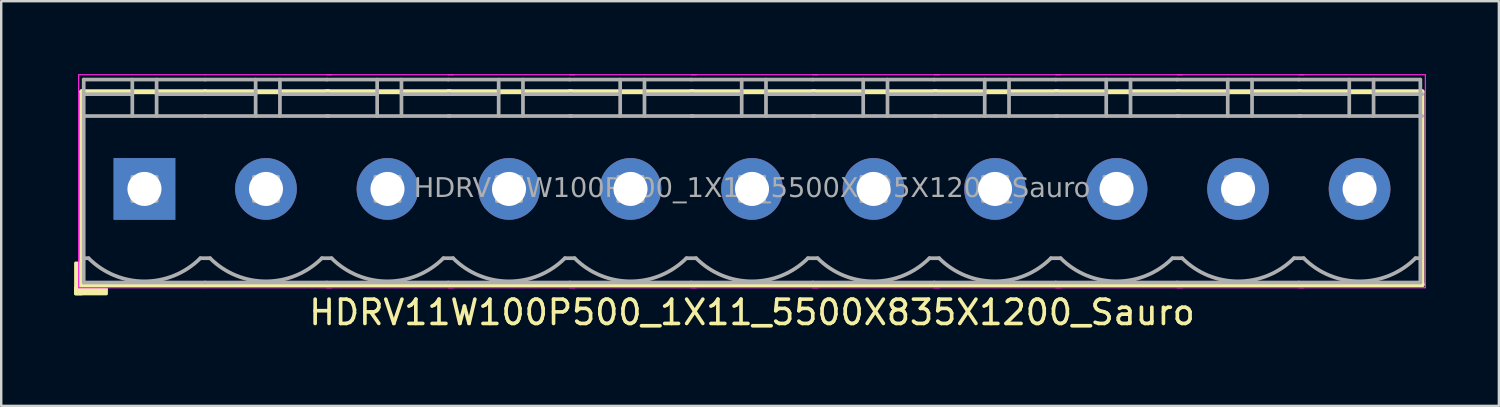
<source format=kicad_pcb>
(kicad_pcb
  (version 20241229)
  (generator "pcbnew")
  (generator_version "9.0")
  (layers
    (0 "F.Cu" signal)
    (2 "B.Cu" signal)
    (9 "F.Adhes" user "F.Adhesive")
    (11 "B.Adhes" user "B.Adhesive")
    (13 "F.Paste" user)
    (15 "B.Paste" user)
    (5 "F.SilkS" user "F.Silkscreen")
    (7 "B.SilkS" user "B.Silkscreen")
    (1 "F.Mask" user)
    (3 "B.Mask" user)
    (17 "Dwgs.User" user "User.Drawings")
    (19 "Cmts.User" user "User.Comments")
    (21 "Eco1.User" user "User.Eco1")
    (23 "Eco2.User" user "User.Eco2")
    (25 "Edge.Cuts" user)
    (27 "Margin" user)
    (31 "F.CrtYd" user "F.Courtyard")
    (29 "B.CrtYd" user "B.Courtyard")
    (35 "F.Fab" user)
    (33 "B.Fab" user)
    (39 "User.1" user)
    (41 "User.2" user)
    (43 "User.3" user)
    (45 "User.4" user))
  (footprint "HDRV11W100P500_1X11_5500X835X1200_Sauro"
    (layer "F.Cu")
    (at 27.894 4.724)
    (property "Reference" "HDRV11W100P500_1X11_5500X835X1200_Sauro" (at 0 5.08 0) (layer "F.SilkS") (effects (font (size 1 1) (thickness 0.15))))
    (attr through_hole)
    (fp_line (start -27.58 -4) (end -27.58 3.937) (stroke (width 0.203) (type solid)) (layer "F.SilkS"))
    (fp_line (start -27.58 3.937) (end -22.5 3.937) (stroke (width 0.203) (type solid)) (layer "F.SilkS"))
    (fp_line (start -22.505 -4) (end -27.58 -4) (stroke (width 0.203) (type solid)) (layer "F.SilkS"))
    (fp_line (start -22.5 3.937) (end -17.42 3.937) (stroke (width 0.203) (type solid)) (layer "F.SilkS"))
    (fp_line (start -17.5 3.937) (end -12.42 3.937) (stroke (width 0.203) (type solid)) (layer "F.SilkS"))
    (fp_line (start -17.43 -4) (end -22.505 -4) (stroke (width 0.203) (type solid)) (layer "F.SilkS"))
    (fp_line (start -12.5 3.937) (end -7.42 3.937) (stroke (width 0.203) (type solid)) (layer "F.SilkS"))
    (fp_line (start -12.43 -4) (end -17.505 -4) (stroke (width 0.203) (type solid)) (layer "F.SilkS"))
    (fp_line (start -7.5 3.937) (end -2.42 3.937) (stroke (width 0.203) (type solid)) (layer "F.SilkS"))
    (fp_line (start -7.43 -4) (end -12.505 -4) (stroke (width 0.203) (type solid)) (layer "F.SilkS"))
    (fp_line (start -2.5 3.937) (end 2.58 3.937) (stroke (width 0.203) (type solid)) (layer "F.SilkS"))
    (fp_line (start -2.43 -4) (end -7.505 -4) (stroke (width 0.203) (type solid)) (layer "F.SilkS"))
    (fp_line (start 2.5 3.937) (end 7.58 3.937) (stroke (width 0.203) (type solid)) (layer "F.SilkS"))
    (fp_line (start 2.57 -4) (end -2.505 -4) (stroke (width 0.203) (type solid)) (layer "F.SilkS"))
    (fp_line (start 7.5 3.937) (end 12.58 3.937) (stroke (width 0.203) (type solid)) (layer "F.SilkS"))
    (fp_line (start 7.57 -4) (end 2.495 -4) (stroke (width 0.203) (type solid)) (layer "F.SilkS"))
    (fp_line (start 12.5 3.937) (end 17.58 3.937) (stroke (width 0.203) (type solid)) (layer "F.SilkS"))
    (fp_line (start 12.57 -4) (end 7.495 -4) (stroke (width 0.203) (type solid)) (layer "F.SilkS"))
    (fp_line (start 17.5 3.937) (end 22.58 3.937) (stroke (width 0.203) (type solid)) (layer "F.SilkS"))
    (fp_line (start 17.57 -4) (end 12.495 -4) (stroke (width 0.203) (type solid)) (layer "F.SilkS"))
    (fp_line (start 22.5 3.937) (end 27.58 3.937) (stroke (width 0.203) (type solid)) (layer "F.SilkS"))
    (fp_line (start 22.57 -4) (end 17.495 -4) (stroke (width 0.203) (type solid)) (layer "F.SilkS"))
    (fp_line (start 27.57 -4) (end 22.495 -4) (stroke (width 0.203) (type solid)) (layer "F.SilkS"))
    (fp_line (start 27.57 -4) (end 27.57 3.937) (stroke (width 0.203) (type solid)) (layer "F.SilkS"))
    (fp_rect (start -27.58 3.048) (end -27.834 4.318) (stroke (width 0.12) (type solid)) (fill yes) (layer "F.SilkS"))
    (fp_rect (start -26.564 4.318) (end -27.834 4.064) (stroke (width 0.12) (type solid)) (fill yes) (layer "F.SilkS"))
    (fp_line (start -27.707 4.064) (end -27.707 -4.699) (stroke (width 0.05) (type solid)) (layer "F.CrtYd"))
    (fp_line (start -22.505 4.064) (end -27.707 4.064) (stroke (width 0.05) (type solid)) (layer "F.CrtYd"))
    (fp_line (start -22.5 -4.699) (end -27.707 -4.699) (stroke (width 0.05) (type solid)) (layer "F.CrtYd"))
    (fp_line (start -17.293 -4.699) (end -22.5 -4.699) (stroke (width 0.05) (type solid)) (layer "F.CrtYd"))
    (fp_line (start -17.293 4.064) (end -22.505 4.064) (stroke (width 0.05) (type solid)) (layer "F.CrtYd"))
    (fp_line (start -12.293 -4.699) (end -17.5 -4.699) (stroke (width 0.05) (type solid)) (layer "F.CrtYd"))
    (fp_line (start -12.293 4.064) (end -17.505 4.064) (stroke (width 0.05) (type solid)) (layer "F.CrtYd"))
    (fp_line (start -7.293 -4.699) (end -12.5 -4.699) (stroke (width 0.05) (type solid)) (layer "F.CrtYd"))
    (fp_line (start -7.293 4.064) (end -12.505 4.064) (stroke (width 0.05) (type solid)) (layer "F.CrtYd"))
    (fp_line (start -2.293 -4.699) (end -7.5 -4.699) (stroke (width 0.05) (type solid)) (layer "F.CrtYd"))
    (fp_line (start -2.293 4.064) (end -7.505 4.064) (stroke (width 0.05) (type solid)) (layer "F.CrtYd"))
    (fp_line (start 2.707 -4.699) (end -2.5 -4.699) (stroke (width 0.05) (type solid)) (layer "F.CrtYd"))
    (fp_line (start 2.707 4.064) (end -2.505 4.064) (stroke (width 0.05) (type solid)) (layer "F.CrtYd"))
    (fp_line (start 7.707 -4.699) (end 2.5 -4.699) (stroke (width 0.05) (type solid)) (layer "F.CrtYd"))
    (fp_line (start 7.707 4.064) (end 2.495 4.064) (stroke (width 0.05) (type solid)) (layer "F.CrtYd"))
    (fp_line (start 12.707 -4.699) (end 7.5 -4.699) (stroke (width 0.05) (type solid)) (layer "F.CrtYd"))
    (fp_line (start 12.707 4.064) (end 7.495 4.064) (stroke (width 0.05) (type solid)) (layer "F.CrtYd"))
    (fp_line (start 17.707 -4.699) (end 12.5 -4.699) (stroke (width 0.05) (type solid)) (layer "F.CrtYd"))
    (fp_line (start 17.707 4.064) (end 12.495 4.064) (stroke (width 0.05) (type solid)) (layer "F.CrtYd"))
    (fp_line (start 22.707 -4.699) (end 17.5 -4.699) (stroke (width 0.05) (type solid)) (layer "F.CrtYd"))
    (fp_line (start 22.707 4.064) (end 17.495 4.064) (stroke (width 0.05) (type solid)) (layer "F.CrtYd"))
    (fp_line (start 27.707 -4.699) (end 22.5 -4.699) (stroke (width 0.05) (type solid)) (layer "F.CrtYd"))
    (fp_line (start 27.707 -4.699) (end 27.707 4.064) (stroke (width 0.05) (type solid)) (layer "F.CrtYd"))
    (fp_line (start 27.707 4.064) (end 22.495 4.064) (stroke (width 0.05) (type solid)) (layer "F.CrtYd"))
    (fp_line (start -27.5 -4.5) (end -27.5 3.85) (stroke (width 0.152) (type solid)) (layer "F.Fab"))
    (fp_line (start -27.3 2.85) (end -27.5 2.85) (stroke (width 0.152) (type solid)) (layer "F.Fab"))
    (fp_line (start -25.5 -4.5) (end -25.5 -3) (stroke (width 0.152) (type default)) (layer "F.Fab"))
    (fp_line (start -25.5 -3.9) (end -27.5 -3.9) (stroke (width 0.152) (type solid)) (layer "F.Fab"))
    (fp_line (start -24.5 -4.5) (end -24.5 -3) (stroke (width 0.152) (type default)) (layer "F.Fab"))
    (fp_line (start -24.5 -3.9) (end -22.5 -3.9) (stroke (width 0.152) (type solid)) (layer "F.Fab"))
    (fp_line (start -22.7 2.85) (end -22.3 2.85) (stroke (width 0.152) (type solid)) (layer "F.Fab"))
    (fp_line (start -22.5 -4.5) (end -27.5 -4.5) (stroke (width 0.152) (type solid)) (layer "F.Fab"))
    (fp_line (start -22.5 -3) (end -27.5 -3) (stroke (width 0.152) (type solid)) (layer "F.Fab"))
    (fp_line (start -22.5 3.85) (end -27.5 3.85) (stroke (width 0.152) (type solid)) (layer "F.Fab"))
    (fp_line (start -22.5 3.85) (end -17.5 3.85) (stroke (width 0.152) (type solid)) (layer "F.Fab"))
    (fp_line (start -20.425 -4.5) (end -20.425 -3) (stroke (width 0.152) (type default)) (layer "F.Fab"))
    (fp_line (start -20.425 -3.9) (end -22.5 -3.9) (stroke (width 0.152) (type solid)) (layer "F.Fab"))
    (fp_line (start -19.425 -4.5) (end -19.425 -3) (stroke (width 0.152) (type default)) (layer "F.Fab"))
    (fp_line (start -19.425 -3.9) (end -17.425 -3.9) (stroke (width 0.152) (type solid)) (layer "F.Fab"))
    (fp_line (start -17.7 2.85) (end -17.3 2.85) (stroke (width 0.152) (type solid)) (layer "F.Fab"))
    (fp_line (start -17.5 -4.5) (end -22.5 -4.5) (stroke (width 0.152) (type solid)) (layer "F.Fab"))
    (fp_line (start -17.5 3.85) (end -12.5 3.85) (stroke (width 0.152) (type solid)) (layer "F.Fab"))
    (fp_line (start -17.425 -3) (end -22.5 -3) (stroke (width 0.152) (type solid)) (layer "F.Fab"))
    (fp_line (start -15.425 -4.5) (end -15.425 -3) (stroke (width 0.152) (type default)) (layer "F.Fab"))
    (fp_line (start -15.425 -3.9) (end -17.5 -3.9) (stroke (width 0.152) (type solid)) (layer "F.Fab"))
    (fp_line (start -14.425 -4.5) (end -14.425 -3) (stroke (width 0.152) (type default)) (layer "F.Fab"))
    (fp_line (start -14.425 -3.9) (end -12.425 -3.9) (stroke (width 0.152) (type solid)) (layer "F.Fab"))
    (fp_line (start -12.7 2.85) (end -12.3 2.85) (stroke (width 0.152) (type solid)) (layer "F.Fab"))
    (fp_line (start -12.5 -4.5) (end -17.5 -4.5) (stroke (width 0.152) (type solid)) (layer "F.Fab"))
    (fp_line (start -12.5 3.85) (end -7.5 3.85) (stroke (width 0.152) (type solid)) (layer "F.Fab"))
    (fp_line (start -12.425 -3) (end -17.5 -3) (stroke (width 0.152) (type solid)) (layer "F.Fab"))
    (fp_line (start -10.425 -4.5) (end -10.425 -3) (stroke (width 0.152) (type default)) (layer "F.Fab"))
    (fp_line (start -10.425 -3.9) (end -12.5 -3.9) (stroke (width 0.152) (type solid)) (layer "F.Fab"))
    (fp_line (start -9.425 -4.5) (end -9.425 -3) (stroke (width 0.152) (type default)) (layer "F.Fab"))
    (fp_line (start -9.425 -3.9) (end -7.425 -3.9) (stroke (width 0.152) (type solid)) (layer "F.Fab"))
    (fp_line (start -7.7 2.85) (end -7.3 2.85) (stroke (width 0.152) (type solid)) (layer "F.Fab"))
    (fp_line (start -7.5 -4.5) (end -12.5 -4.5) (stroke (width 0.152) (type solid)) (layer "F.Fab"))
    (fp_line (start -7.5 3.85) (end -2.5 3.85) (stroke (width 0.152) (type solid)) (layer "F.Fab"))
    (fp_line (start -7.425 -3) (end -12.5 -3) (stroke (width 0.152) (type solid)) (layer "F.Fab"))
    (fp_line (start -5.425 -4.5) (end -5.425 -3) (stroke (width 0.152) (type default)) (layer "F.Fab"))
    (fp_line (start -5.425 -3.9) (end -7.5 -3.9) (stroke (width 0.152) (type solid)) (layer "F.Fab"))
    (fp_line (start -4.425 -4.5) (end -4.425 -3) (stroke (width 0.152) (type default)) (layer "F.Fab"))
    (fp_line (start -4.425 -3.9) (end -2.425 -3.9) (stroke (width 0.152) (type solid)) (layer "F.Fab"))
    (fp_line (start -2.7 2.85) (end -2.3 2.85) (stroke (width 0.152) (type solid)) (layer "F.Fab"))
    (fp_line (start -2.5 -4.5) (end -7.5 -4.5) (stroke (width 0.152) (type solid)) (layer "F.Fab"))
    (fp_line (start -2.5 3.85) (end 2.5 3.85) (stroke (width 0.152) (type solid)) (layer "F.Fab"))
    (fp_line (start -2.425 -3) (end -7.5 -3) (stroke (width 0.152) (type solid)) (layer "F.Fab"))
    (fp_line (start -0.425 -4.5) (end -0.425 -3) (stroke (width 0.152) (type default)) (layer "F.Fab"))
    (fp_line (start -0.425 -3.9) (end -2.5 -3.9) (stroke (width 0.152) (type solid)) (layer "F.Fab"))
    (fp_line (start 0.575 -4.5) (end 0.575 -3) (stroke (width 0.152) (type default)) (layer "F.Fab"))
    (fp_line (start 0.575 -3.9) (end 2.575 -3.9) (stroke (width 0.152) (type solid)) (layer "F.Fab"))
    (fp_line (start 2.3 2.85) (end 2.7 2.85) (stroke (width 0.152) (type solid)) (layer "F.Fab"))
    (fp_line (start 2.5 -4.5) (end -2.5 -4.5) (stroke (width 0.152) (type solid)) (layer "F.Fab"))
    (fp_line (start 2.5 3.85) (end 7.5 3.85) (stroke (width 0.152) (type solid)) (layer "F.Fab"))
    (fp_line (start 2.575 -3) (end -2.5 -3) (stroke (width 0.152) (type solid)) (layer "F.Fab"))
    (fp_line (start 4.575 -4.5) (end 4.575 -3) (stroke (width 0.152) (type default)) (layer "F.Fab"))
    (fp_line (start 4.575 -3.9) (end 2.5 -3.9) (stroke (width 0.152) (type solid)) (layer "F.Fab"))
    (fp_line (start 5.575 -4.5) (end 5.575 -3) (stroke (width 0.152) (type default)) (layer "F.Fab"))
    (fp_line (start 5.575 -3.9) (end 7.575 -3.9) (stroke (width 0.152) (type solid)) (layer "F.Fab"))
    (fp_line (start 7.3 2.85) (end 7.7 2.85) (stroke (width 0.152) (type solid)) (layer "F.Fab"))
    (fp_line (start 7.5 -4.5) (end 2.5 -4.5) (stroke (width 0.152) (type solid)) (layer "F.Fab"))
    (fp_line (start 7.5 3.85) (end 12.5 3.85) (stroke (width 0.152) (type solid)) (layer "F.Fab"))
    (fp_line (start 7.575 -3) (end 2.5 -3) (stroke (width 0.152) (type solid)) (layer "F.Fab"))
    (fp_line (start 9.575 -4.5) (end 9.575 -3) (stroke (width 0.152) (type default)) (layer "F.Fab"))
    (fp_line (start 9.575 -3.9) (end 7.5 -3.9) (stroke (width 0.152) (type solid)) (layer "F.Fab"))
    (fp_line (start 10.575 -4.5) (end 10.575 -3) (stroke (width 0.152) (type default)) (layer "F.Fab"))
    (fp_line (start 10.575 -3.9) (end 12.575 -3.9) (stroke (width 0.152) (type solid)) (layer "F.Fab"))
    (fp_line (start 12.3 2.85) (end 12.7 2.85) (stroke (width 0.152) (type solid)) (layer "F.Fab"))
    (fp_line (start 12.5 -4.5) (end 7.5 -4.5) (stroke (width 0.152) (type solid)) (layer "F.Fab"))
    (fp_line (start 12.5 3.85) (end 17.5 3.85) (stroke (width 0.152) (type solid)) (layer "F.Fab"))
    (fp_line (start 12.575 -3) (end 7.5 -3) (stroke (width 0.152) (type solid)) (layer "F.Fab"))
    (fp_line (start 14.575 -4.5) (end 14.575 -3) (stroke (width 0.152) (type default)) (layer "F.Fab"))
    (fp_line (start 14.575 -3.9) (end 12.5 -3.9) (stroke (width 0.152) (type solid)) (layer "F.Fab"))
    (fp_line (start 15.575 -4.5) (end 15.575 -3) (stroke (width 0.152) (type default)) (layer "F.Fab"))
    (fp_line (start 15.575 -3.9) (end 17.575 -3.9) (stroke (width 0.152) (type solid)) (layer "F.Fab"))
    (fp_line (start 17.3 2.85) (end 17.7 2.85) (stroke (width 0.152) (type solid)) (layer "F.Fab"))
    (fp_line (start 17.5 -4.5) (end 12.5 -4.5) (stroke (width 0.152) (type solid)) (layer "F.Fab"))
    (fp_line (start 17.5 3.85) (end 22.5 3.85) (stroke (width 0.152) (type solid)) (layer "F.Fab"))
    (fp_line (start 17.575 -3) (end 12.5 -3) (stroke (width 0.152) (type solid)) (layer "F.Fab"))
    (fp_line (start 19.575 -4.5) (end 19.575 -3) (stroke (width 0.152) (type default)) (layer "F.Fab"))
    (fp_line (start 19.575 -3.9) (end 17.5 -3.9) (stroke (width 0.152) (type solid)) (layer "F.Fab"))
    (fp_line (start 20.575 -4.5) (end 20.575 -3) (stroke (width 0.152) (type default)) (layer "F.Fab"))
    (fp_line (start 20.575 -3.9) (end 22.575 -3.9) (stroke (width 0.152) (type solid)) (layer "F.Fab"))
    (fp_line (start 22.3 2.85) (end 22.7 2.85) (stroke (width 0.152) (type solid)) (layer "F.Fab"))
    (fp_line (start 22.5 -4.5) (end 17.5 -4.5) (stroke (width 0.152) (type solid)) (layer "F.Fab"))
    (fp_line (start 22.5 3.85) (end 27.5 3.85) (stroke (width 0.152) (type solid)) (layer "F.Fab"))
    (fp_line (start 22.575 -3) (end 17.5 -3) (stroke (width 0.152) (type solid)) (layer "F.Fab"))
    (fp_line (start 24.575 -4.5) (end 24.575 -3) (stroke (width 0.152) (type default)) (layer "F.Fab"))
    (fp_line (start 24.575 -3.9) (end 22.5 -3.9) (stroke (width 0.152) (type solid)) (layer "F.Fab"))
    (fp_line (start 25.575 -4.5) (end 25.575 -3) (stroke (width 0.152) (type default)) (layer "F.Fab"))
    (fp_line (start 25.575 -3.9) (end 27.575 -3.9) (stroke (width 0.152) (type solid)) (layer "F.Fab"))
    (fp_line (start 27.5 -4.5) (end 22.5 -4.5) (stroke (width 0.152) (type solid)) (layer "F.Fab"))
    (fp_line (start 27.5 -4.5) (end 27.5 3.85) (stroke (width 0.152) (type solid)) (layer "F.Fab"))
    (fp_line (start 27.5 2.85) (end 27.3 2.85) (stroke (width 0.152) (type solid)) (layer "F.Fab"))
    (fp_line (start 27.575 -3) (end 22.5 -3) (stroke (width 0.152) (type solid)) (layer "F.Fab"))
    (fp_rect (start -25.5 -0.5) (end -24.5 0.5) (stroke (width 0.152) (type solid)) (fill no) (layer "F.Fab"))
    (fp_rect (start -20.5 -0.5) (end -19.5 0.5) (stroke (width 0.152) (type solid)) (fill no) (layer "F.Fab"))
    (fp_rect (start -15.5 -0.5) (end -14.5 0.5) (stroke (width 0.152) (type solid)) (fill no) (layer "F.Fab"))
    (fp_rect (start -10.5 -0.5) (end -9.5 0.5) (stroke (width 0.152) (type solid)) (fill no) (layer "F.Fab"))
    (fp_rect (start -5.5 -0.5) (end -4.5 0.5) (stroke (width 0.152) (type solid)) (fill no) (layer "F.Fab"))
    (fp_rect (start -0.5 -0.5) (end 0.5 0.5) (stroke (width 0.152) (type solid)) (fill no) (layer "F.Fab"))
    (fp_rect (start 4.5 -0.5) (end 5.5 0.5) (stroke (width 0.152) (type solid)) (fill no) (layer "F.Fab"))
    (fp_rect (start 9.5 -0.5) (end 10.5 0.5) (stroke (width 0.152) (type solid)) (fill no) (layer "F.Fab"))
    (fp_rect (start 14.5 -0.5) (end 15.5 0.5) (stroke (width 0.152) (type solid)) (fill no) (layer "F.Fab"))
    (fp_rect (start 19.5 -0.5) (end 20.5 0.5) (stroke (width 0.152) (type solid)) (fill no) (layer "F.Fab"))
    (fp_rect (start 24.5 -0.5) (end 25.5 0.5) (stroke (width 0.152) (type solid)) (fill no) (layer "F.Fab"))
    (fp_arc (start -22.7 2.85) (mid -25 3.802691) (end -27.3 2.85) (stroke (width 0.1524) (type default)) (layer "F.Fab"))
    (fp_arc (start -17.7 2.85) (mid -20 3.802691) (end -22.3 2.85) (stroke (width 0.1524) (type default)) (layer "F.Fab"))
    (fp_arc (start -12.7 2.85) (mid -15 3.802691) (end -17.3 2.85) (stroke (width 0.1524) (type default)) (layer "F.Fab"))
    (fp_arc (start -7.7 2.85) (mid -10 3.802691) (end -12.3 2.85) (stroke (width 0.1524) (type default)) (layer "F.Fab"))
    (fp_arc (start -2.7 2.85) (mid -5 3.802691) (end -7.3 2.85) (stroke (width 0.1524) (type default)) (layer "F.Fab"))
    (fp_arc (start 2.3 2.85) (mid 0 3.802691) (end -2.3 2.85) (stroke (width 0.1524) (type default)) (layer "F.Fab"))
    (fp_arc (start 7.3 2.85) (mid 5 3.802691) (end 2.7 2.85) (stroke (width 0.1524) (type default)) (layer "F.Fab"))
    (fp_arc (start 12.3 2.85) (mid 10 3.802691) (end 7.7 2.85) (stroke (width 0.1524) (type default)) (layer "F.Fab"))
    (fp_arc (start 17.3 2.85) (mid 15 3.802691) (end 12.7 2.85) (stroke (width 0.1524) (type default)) (layer "F.Fab"))
    (fp_arc (start 22.3 2.85) (mid 20 3.802691) (end 17.7 2.85) (stroke (width 0.1524) (type default)) (layer "F.Fab"))
    (fp_arc (start 27.3 2.85) (mid 25 3.802691) (end 22.7 2.85) (stroke (width 0.1524) (type default)) (layer "F.Fab"))
    (fp_text user "${REFERENCE}" (at 0 0 0) (layer "F.Fab") (effects (font (face "Tahoma") (size 0.8 0.8) (thickness 0.15))))
    (pad "1" thru_hole rect (at -25 0) (size 2.54 2.54) (drill 1.4) (layers "*.Cu" "*.Mask"))
    (pad "2" thru_hole circle (at -20 0) (size 2.54 2.54) (drill 1.4) (layers "*.Cu" "*.Mask"))
    (pad "3" thru_hole circle (at -15 0) (size 2.54 2.54) (drill 1.4) (layers "*.Cu" "*.Mask"))
    (pad "4" thru_hole circle (at -10 0) (size 2.54 2.54) (drill 1.4) (layers "*.Cu" "*.Mask"))
    (pad "5" thru_hole circle (at -5 0) (size 2.54 2.54) (drill 1.4) (layers "*.Cu" "*.Mask"))
    (pad "6" thru_hole circle (at 0 0) (size 2.54 2.54) (drill 1.4) (layers "*.Cu" "*.Mask"))
    (pad "7" thru_hole circle (at 5 0) (size 2.54 2.54) (drill 1.4) (layers "*.Cu" "*.Mask"))
    (pad "8" thru_hole circle (at 10 0) (size 2.54 2.54) (drill 1.4) (layers "*.Cu" "*.Mask"))
    (pad "9" thru_hole circle (at 15 0) (size 2.54 2.54) (drill 1.4) (layers "*.Cu" "*.Mask"))
    (pad "10" thru_hole circle (at 20 0) (size 2.54 2.54) (drill 1.4) (layers "*.Cu" "*.Mask"))
    (pad "11" thru_hole circle (at 25 0) (size 2.54 2.54) (drill 1.4) (layers "*.Cu" "*.Mask")))
  (gr_rect
    (start -3 -3)
    (end 58.626 13.652)
    (stroke (width 0.1) (type default))
    (fill no)
    (layer "Edge.Cuts")))
</source>
